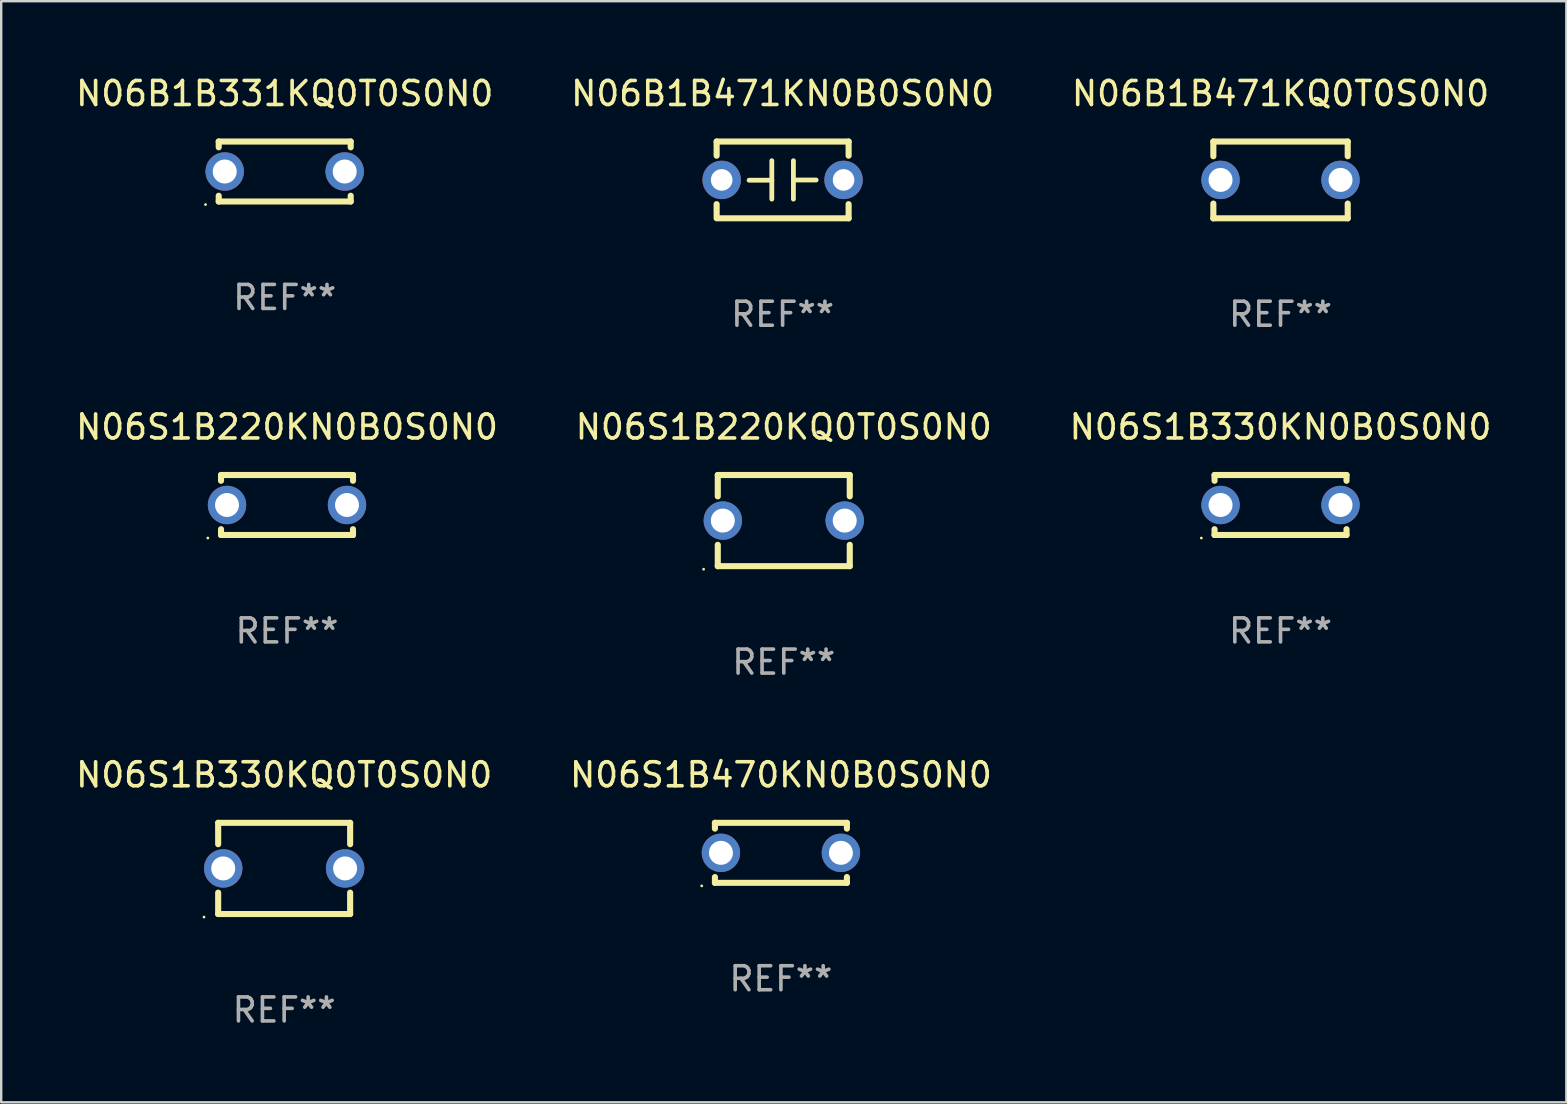
<source format=kicad_pcb>
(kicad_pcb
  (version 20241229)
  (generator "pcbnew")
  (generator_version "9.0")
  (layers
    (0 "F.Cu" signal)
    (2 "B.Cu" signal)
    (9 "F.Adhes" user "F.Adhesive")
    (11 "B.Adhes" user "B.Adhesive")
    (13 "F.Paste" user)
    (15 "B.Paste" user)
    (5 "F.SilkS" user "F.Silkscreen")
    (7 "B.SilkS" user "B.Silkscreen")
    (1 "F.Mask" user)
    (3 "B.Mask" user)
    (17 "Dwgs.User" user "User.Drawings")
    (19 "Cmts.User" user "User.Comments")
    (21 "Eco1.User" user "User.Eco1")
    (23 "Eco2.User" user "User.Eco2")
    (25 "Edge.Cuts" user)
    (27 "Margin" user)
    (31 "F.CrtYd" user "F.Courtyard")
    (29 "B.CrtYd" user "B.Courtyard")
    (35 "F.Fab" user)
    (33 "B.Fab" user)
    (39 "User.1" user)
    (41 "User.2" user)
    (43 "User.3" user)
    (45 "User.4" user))
  (footprint "N06B1B471KQ0T0S0N0"
    (layer "F.Cu")
    (at 50.315 4.448)
    (property "Reference" "N06B1B471KQ0T0S0N0" (at 0 -3.6 0) (layer "F.SilkS") (effects (font (size 1 1) (thickness 0.15))))
    (attr through_hole)
    (fp_line (start -2.8 -1.6) (end 2.8 -1.6) (stroke (width 0.254) (type solid)) (layer "F.SilkS"))
    (fp_line (start -2.8 -0.986) (end -2.8 -1.6) (stroke (width 0.254) (type solid)) (layer "F.SilkS"))
    (fp_line (start -2.8 1.6) (end -2.8 0.986) (stroke (width 0.254) (type solid)) (layer "F.SilkS"))
    (fp_line (start 2.8 -1.6) (end 2.8 -0.986) (stroke (width 0.254) (type solid)) (layer "F.SilkS"))
    (fp_line (start 2.8 0.986) (end 2.8 1.6) (stroke (width 0.254) (type solid)) (layer "F.SilkS"))
    (fp_line (start 2.8 1.6) (end -2.8 1.6) (stroke (width 0.254) (type solid)) (layer "F.SilkS"))
    (fp_circle (center -2.8 1.6) (end -2.77 1.6) (stroke (width 0.06) (type solid)) (fill no) (layer "F.SilkS"))
    (fp_text user "REF**" (at 0 5.6 0) (layer "F.Fab") (effects (font (size 1 1) (thickness 0.15))))
    (pad "1" thru_hole circle (at -2.5 0) (size 1.6 1.6) (drill 1) (layers "*.Cu" "*.Mask"))
    (pad "2" thru_hole circle (at 2.5 0) (size 1.6 1.6) (drill 1) (layers "*.Cu" "*.Mask")))
  (footprint "N06S1B220KN0B0S0N0"
    (layer "F.Cu")
    (at 8.911 17.995)
    (property "Reference" "N06S1B220KN0B0S0N0" (at 0 -3.25 0) (layer "F.SilkS") (effects (font (size 1 1) (thickness 0.15))))
    (attr through_hole)
    (fp_line (start -2.75 -1.25) (end -2.75 -1.009) (stroke (width 0.254) (type solid)) (layer "F.SilkS"))
    (fp_line (start -2.75 -1.25) (end 2.75 -1.25) (stroke (width 0.254) (type solid)) (layer "F.SilkS"))
    (fp_line (start -2.75 1.009) (end -2.75 1.25) (stroke (width 0.254) (type solid)) (layer "F.SilkS"))
    (fp_line (start 2.75 -1.25) (end 2.75 -1.009) (stroke (width 0.254) (type solid)) (layer "F.SilkS"))
    (fp_line (start 2.75 1.009) (end 2.75 1.25) (stroke (width 0.254) (type solid)) (layer "F.SilkS"))
    (fp_line (start 2.75 1.25) (end -2.75 1.25) (stroke (width 0.254) (type solid)) (layer "F.SilkS"))
    (fp_circle (center -3.3 1.377) (end -3.27 1.377) (stroke (width 0.06) (type solid)) (fill no) (layer "F.SilkS"))
    (fp_text user "REF**" (at 0 5.25 0) (layer "F.Fab") (effects (font (size 1 1) (thickness 0.15))))
    (pad "1" thru_hole circle (at -2.5 0) (size 1.6 1.6) (drill 1) (layers "*.Cu" "*.Mask"))
    (pad "2" thru_hole circle (at 2.5 0) (size 1.6 1.6) (drill 1) (layers "*.Cu" "*.Mask")))
  (footprint "N06S1B330KN0B0S0N0"
    (layer "F.Cu")
    (at 50.315 17.995)
    (property "Reference" "N06S1B330KN0B0S0N0" (at 0 -3.25 0) (layer "F.SilkS") (effects (font (size 1 1) (thickness 0.15))))
    (attr through_hole)
    (fp_line (start -2.75 -1.25) (end -2.75 -1.009) (stroke (width 0.254) (type solid)) (layer "F.SilkS"))
    (fp_line (start -2.75 -1.25) (end 2.75 -1.25) (stroke (width 0.254) (type solid)) (layer "F.SilkS"))
    (fp_line (start -2.75 1.009) (end -2.75 1.25) (stroke (width 0.254) (type solid)) (layer "F.SilkS"))
    (fp_line (start 2.75 -1.25) (end 2.75 -1.009) (stroke (width 0.254) (type solid)) (layer "F.SilkS"))
    (fp_line (start 2.75 1.009) (end 2.75 1.25) (stroke (width 0.254) (type solid)) (layer "F.SilkS"))
    (fp_line (start 2.75 1.25) (end -2.75 1.25) (stroke (width 0.254) (type solid)) (layer "F.SilkS"))
    (fp_circle (center -3.3 1.377) (end -3.27 1.377) (stroke (width 0.06) (type solid)) (fill no) (layer "F.SilkS"))
    (fp_text user "REF**" (at 0 5.25 0) (layer "F.Fab") (effects (font (size 1 1) (thickness 0.15))))
    (pad "1" thru_hole circle (at -2.5 0) (size 1.6 1.6) (drill 1) (layers "*.Cu" "*.Mask"))
    (pad "2" thru_hole circle (at 2.5 0) (size 1.6 1.6) (drill 1) (layers "*.Cu" "*.Mask")))
  (footprint "N06S1B220KQ0T0S0N0"
    (layer "F.Cu")
    (at 29.613 18.645)
    (property "Reference" "N06S1B220KQ0T0S0N0" (at 0 -3.9 0) (layer "F.SilkS") (effects (font (size 1 1) (thickness 0.15))))
    (attr through_hole)
    (fp_line (start -2.75 -1.9) (end -2.75 -1.009) (stroke (width 0.254) (type solid)) (layer "F.SilkS"))
    (fp_line (start -2.75 -1.9) (end 2.75 -1.9) (stroke (width 0.254) (type solid)) (layer "F.SilkS"))
    (fp_line (start -2.75 1.009) (end -2.75 1.9) (stroke (width 0.254) (type solid)) (layer "F.SilkS"))
    (fp_line (start -2.75 1.9) (end 2.75 1.9) (stroke (width 0.254) (type solid)) (layer "F.SilkS"))
    (fp_line (start 2.75 -1.9) (end 2.75 -1.009) (stroke (width 0.254) (type solid)) (layer "F.SilkS"))
    (fp_line (start 2.75 1.009) (end 2.75 1.9) (stroke (width 0.254) (type solid)) (layer "F.SilkS"))
    (fp_circle (center -3.34 2.027) (end -3.31 2.027) (stroke (width 0.06) (type solid)) (fill no) (layer "F.SilkS"))
    (fp_text user "REF**" (at 0 5.9 0) (layer "F.Fab") (effects (font (size 1 1) (thickness 0.15))))
    (pad "1" thru_hole circle (at -2.54 0) (size 1.6 1.6) (drill 1) (layers "*.Cu" "*.Mask"))
    (pad "2" thru_hole circle (at 2.54 0) (size 1.6 1.6) (drill 1) (layers "*.Cu" "*.Mask")))
  (footprint "N06S1B330KQ0T0S0N0"
    (layer "F.Cu")
    (at 8.792 33.141)
    (property "Reference" "N06S1B330KQ0T0S0N0" (at 0 -3.9 0) (layer "F.SilkS") (effects (font (size 1 1) (thickness 0.15))))
    (attr through_hole)
    (fp_line (start -2.75 -1.9) (end -2.75 -1.009) (stroke (width 0.254) (type solid)) (layer "F.SilkS"))
    (fp_line (start -2.75 -1.9) (end 2.75 -1.9) (stroke (width 0.254) (type solid)) (layer "F.SilkS"))
    (fp_line (start -2.75 1.009) (end -2.75 1.9) (stroke (width 0.254) (type solid)) (layer "F.SilkS"))
    (fp_line (start -2.75 1.9) (end 2.75 1.9) (stroke (width 0.254) (type solid)) (layer "F.SilkS"))
    (fp_line (start 2.75 -1.9) (end 2.75 -1.009) (stroke (width 0.254) (type solid)) (layer "F.SilkS"))
    (fp_line (start 2.75 1.009) (end 2.75 1.9) (stroke (width 0.254) (type solid)) (layer "F.SilkS"))
    (fp_circle (center -3.34 2.027) (end -3.31 2.027) (stroke (width 0.06) (type solid)) (fill no) (layer "F.SilkS"))
    (fp_text user "REF**" (at 0 5.9 0) (layer "F.Fab") (effects (font (size 1 1) (thickness 0.15))))
    (pad "1" thru_hole circle (at -2.54 0) (size 1.6 1.6) (drill 1) (layers "*.Cu" "*.Mask"))
    (pad "2" thru_hole circle (at 2.54 0) (size 1.6 1.6) (drill 1) (layers "*.Cu" "*.Mask")))
  (footprint "N06S1B470KN0B0S0N0"
    (layer "F.Cu")
    (at 29.494 32.491)
    (property "Reference" "N06S1B470KN0B0S0N0" (at 0 -3.25 0) (layer "F.SilkS") (effects (font (size 1 1) (thickness 0.15))))
    (attr through_hole)
    (fp_line (start -2.75 -1.25) (end -2.75 -1.009) (stroke (width 0.254) (type solid)) (layer "F.SilkS"))
    (fp_line (start -2.75 -1.25) (end 2.75 -1.25) (stroke (width 0.254) (type solid)) (layer "F.SilkS"))
    (fp_line (start -2.75 1.009) (end -2.75 1.25) (stroke (width 0.254) (type solid)) (layer "F.SilkS"))
    (fp_line (start 2.75 -1.25) (end 2.75 -1.009) (stroke (width 0.254) (type solid)) (layer "F.SilkS"))
    (fp_line (start 2.75 1.009) (end 2.75 1.25) (stroke (width 0.254) (type solid)) (layer "F.SilkS"))
    (fp_line (start 2.75 1.25) (end -2.75 1.25) (stroke (width 0.254) (type solid)) (layer "F.SilkS"))
    (fp_circle (center -3.3 1.377) (end -3.27 1.377) (stroke (width 0.06) (type solid)) (fill no) (layer "F.SilkS"))
    (fp_text user "REF**" (at 0 5.25 0) (layer "F.Fab") (effects (font (size 1 1) (thickness 0.15))))
    (pad "1" thru_hole circle (at -2.5 0) (size 1.6 1.6) (drill 1) (layers "*.Cu" "*.Mask"))
    (pad "2" thru_hole circle (at 2.5 0) (size 1.6 1.6) (drill 1) (layers "*.Cu" "*.Mask")))
  (footprint "N06B1B331KQ0T0S0N0"
    (layer "F.Cu")
    (at 8.815 4.098)
    (property "Reference" "N06B1B331KQ0T0S0N0" (at 0 -3.25 0) (layer "F.SilkS") (effects (font (size 1 1) (thickness 0.15))))
    (attr through_hole)
    (fp_line (start -2.75 -1.25) (end -2.75 -1.009) (stroke (width 0.254) (type solid)) (layer "F.SilkS"))
    (fp_line (start -2.75 -1.25) (end 2.75 -1.25) (stroke (width 0.254) (type solid)) (layer "F.SilkS"))
    (fp_line (start -2.75 1.009) (end -2.75 1.25) (stroke (width 0.254) (type solid)) (layer "F.SilkS"))
    (fp_line (start 2.75 -1.25) (end 2.75 -1.009) (stroke (width 0.254) (type solid)) (layer "F.SilkS"))
    (fp_line (start 2.75 1.009) (end 2.75 1.25) (stroke (width 0.254) (type solid)) (layer "F.SilkS"))
    (fp_line (start 2.75 1.25) (end -2.75 1.25) (stroke (width 0.254) (type solid)) (layer "F.SilkS"))
    (fp_circle (center -3.3 1.377) (end -3.27 1.377) (stroke (width 0.06) (type solid)) (fill no) (layer "F.SilkS"))
    (fp_text user "REF**" (at 0 5.25 0) (layer "F.Fab") (effects (font (size 1 1) (thickness 0.15))))
    (pad "1" thru_hole circle (at -2.5 0) (size 1.6 1.6) (drill 1) (layers "*.Cu" "*.Mask"))
    (pad "2" thru_hole circle (at 2.5 0) (size 1.6 1.6) (drill 1) (layers "*.Cu" "*.Mask")))
  (footprint "N06B1B471KN0B0S0N0"
    (layer "F.Cu")
    (at 29.565 4.448)
    (property "Reference" "N06B1B471KN0B0S0N0" (at 0 -3.6 0) (layer "F.SilkS") (effects (font (size 1 1) (thickness 0.15))))
    (attr through_hole)
    (fp_line (start -2.75 -1.6) (end -2.75 -1.009) (stroke (width 0.254) (type solid)) (layer "F.SilkS"))
    (fp_line (start -2.75 -1.6) (end 2.75 -1.6) (stroke (width 0.254) (type solid)) (layer "F.SilkS"))
    (fp_line (start -2.75 1.009) (end -2.75 1.524) (stroke (width 0.254) (type solid)) (layer "F.SilkS"))
    (fp_line (start -2.75 1.6) (end 2.75 1.6) (stroke (width 0.254) (type solid)) (layer "F.SilkS"))
    (fp_line (start -0.45 -0.8) (end -0.45 0.8) (stroke (width 0.2) (type solid)) (layer "F.SilkS"))
    (fp_line (start -0.45 0.013) (end -1.397 0.013) (stroke (width 0.2) (type solid)) (layer "F.SilkS"))
    (fp_line (start 0.45 0.003) (end 1.397 0.003) (stroke (width 0.2) (type solid)) (layer "F.SilkS"))
    (fp_line (start 0.45 0.8) (end 0.45 -0.8) (stroke (width 0.2) (type solid)) (layer "F.SilkS"))
    (fp_line (start 2.75 -1.6) (end 2.75 -1.009) (stroke (width 0.254) (type solid)) (layer "F.SilkS"))
    (fp_line (start 2.75 1.009) (end 2.75 1.6) (stroke (width 0.254) (type solid)) (layer "F.SilkS"))
    (fp_circle (center -2.79 1.6) (end -2.76 1.6) (stroke (width 0.06) (type solid)) (fill no) (layer "F.SilkS"))
    (fp_text user "REF**" (at 0 5.6 0) (layer "F.Fab") (effects (font (size 1 1) (thickness 0.15))))
    (pad "1" thru_hole circle (at -2.54 0) (size 1.6 1.6) (drill 0.9) (layers "*.Cu" "*.Mask"))
    (pad "2" thru_hole circle (at 2.54 0) (size 1.6 1.6) (drill 0.9) (layers "*.Cu" "*.Mask")))
  (gr_rect
    (start -3 -3)
    (end 62.226 42.89)
    (stroke (width 0.1) (type default))
    (fill no)
    (layer "Edge.Cuts")))
</source>
